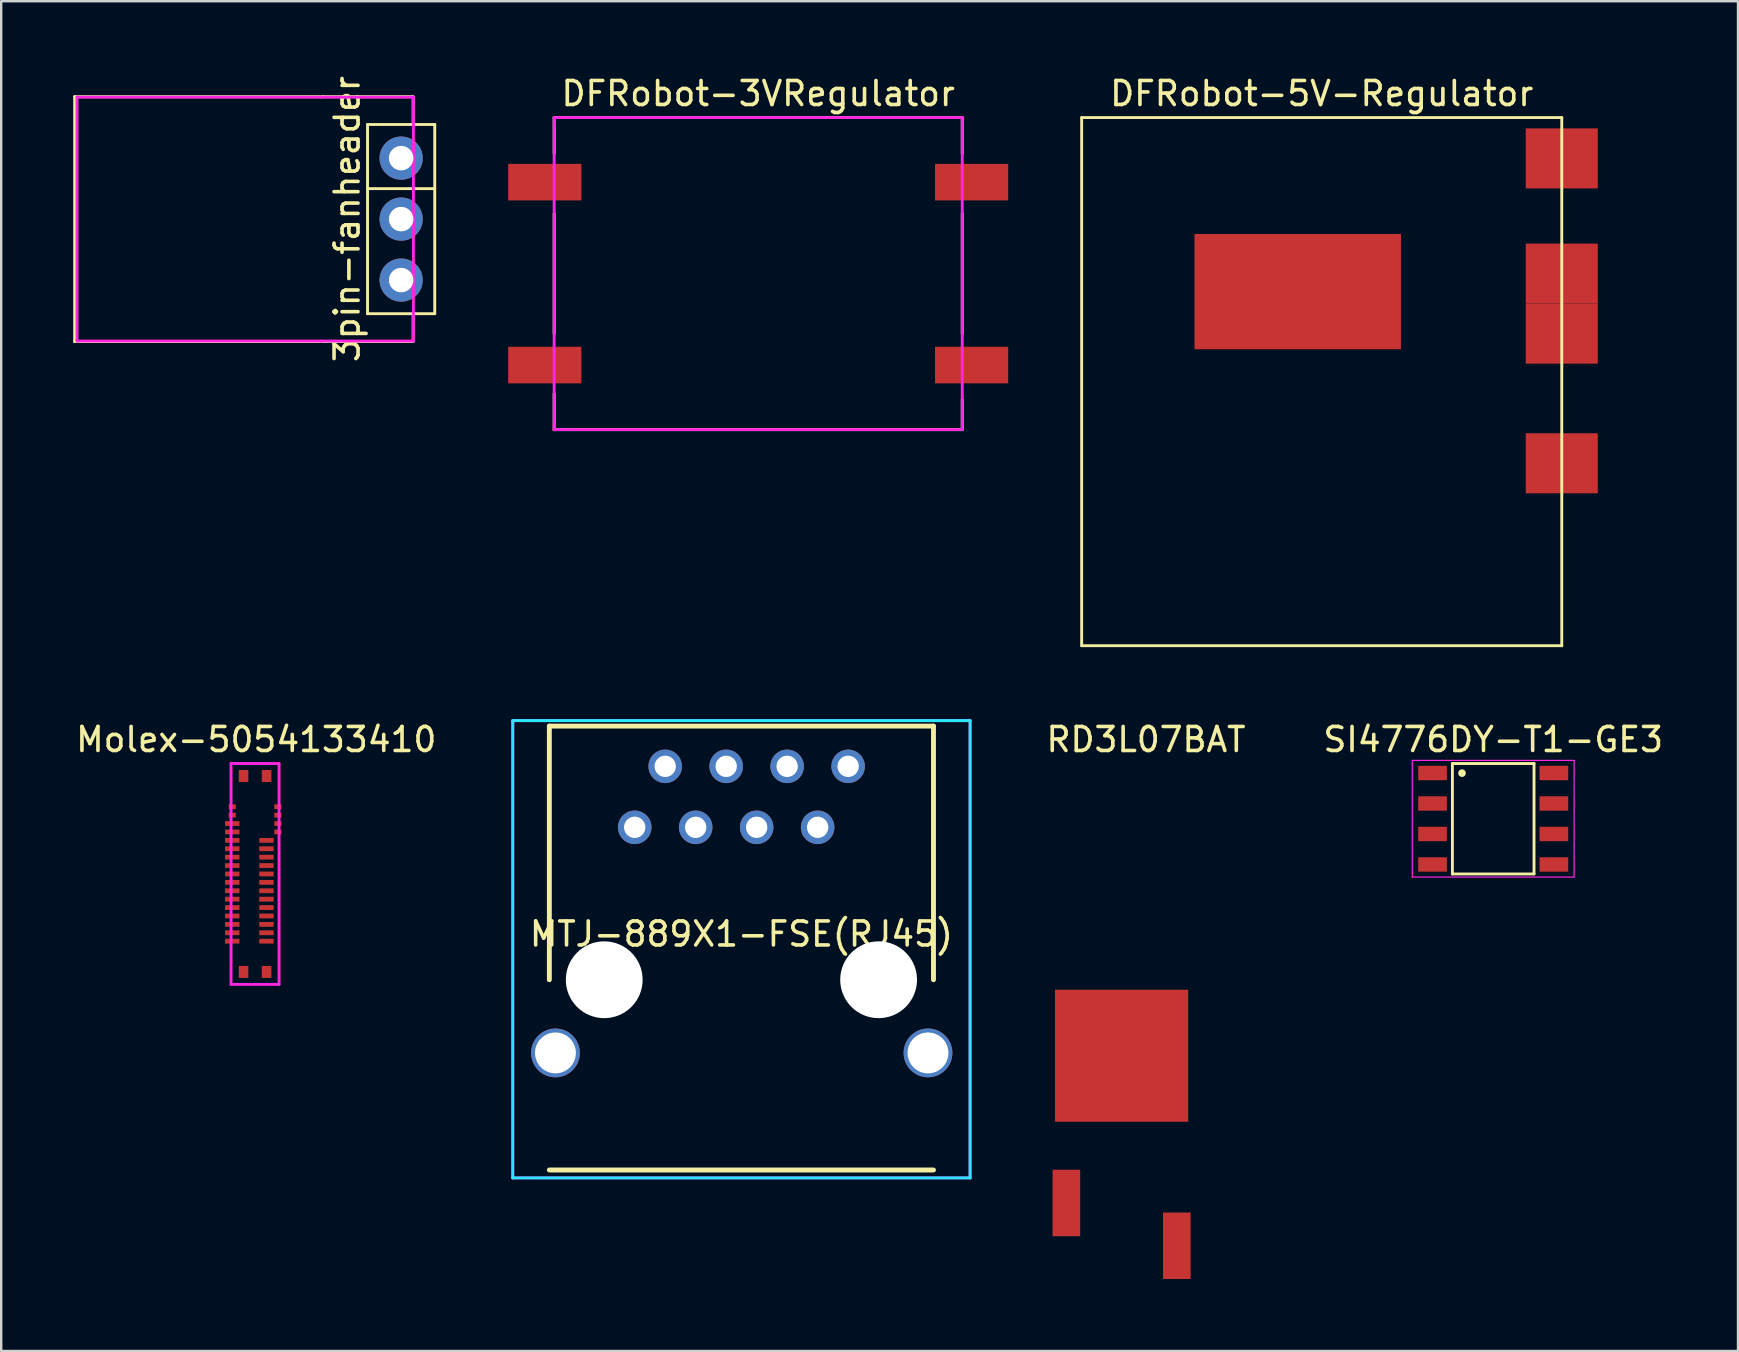
<source format=kicad_pcb>
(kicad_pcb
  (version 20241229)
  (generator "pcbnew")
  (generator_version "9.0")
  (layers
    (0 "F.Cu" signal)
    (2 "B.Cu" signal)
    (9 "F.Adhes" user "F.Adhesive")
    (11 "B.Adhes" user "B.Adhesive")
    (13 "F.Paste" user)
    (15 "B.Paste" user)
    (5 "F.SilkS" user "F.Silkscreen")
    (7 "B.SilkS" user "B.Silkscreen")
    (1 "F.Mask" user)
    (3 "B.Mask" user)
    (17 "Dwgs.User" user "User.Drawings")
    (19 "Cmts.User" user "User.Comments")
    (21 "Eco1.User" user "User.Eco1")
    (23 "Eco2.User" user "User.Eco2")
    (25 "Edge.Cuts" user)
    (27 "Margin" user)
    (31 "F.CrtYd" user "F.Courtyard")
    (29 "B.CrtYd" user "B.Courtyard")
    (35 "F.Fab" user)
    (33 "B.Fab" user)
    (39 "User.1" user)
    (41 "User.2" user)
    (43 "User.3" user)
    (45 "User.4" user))
  (footprint "DFRobot-5V-Regulator"
    (layer "F.Cu")
    (at 52.008 12.848)
    (property "Reference" "DFRobot-5V-Regulator" (at 0 -12 0) (layer "F.SilkS") (effects (font (size 1 1) (thickness 0.15))))
    (attr through_hole)
    (fp_line (start -10 -11) (end 10 -11) (stroke (width 0.12) (type solid)) (layer "F.SilkS"))
    (fp_line (start -10 11) (end -10 -11) (stroke (width 0.12) (type solid)) (layer "F.SilkS"))
    (fp_line (start 10 -11) (end 10 11) (stroke (width 0.12) (type solid)) (layer "F.SilkS"))
    (fp_line (start 10 11) (end -10 11) (stroke (width 0.12) (type solid)) (layer "F.SilkS"))
    (pad "1" smd rect (at 10 -9.3) (size 3 2.5) (layers "F.Cu" "F.Mask" "F.Paste"))
    (pad "2" smd rect (at 10 -4.5) (size 3 2.5) (layers "F.Cu" "F.Mask" "F.Paste"))
    (pad "2" smd rect (at 10 -2) (size 3 2.5) (layers "F.Cu" "F.Mask" "F.Paste"))
    (pad "3" smd rect (at 10 3.4) (size 3 2.5) (layers "F.Cu" "F.Mask" "F.Paste"))
    (pad "4" smd rect (at -1 -3.75) (size 8.6 4.8) (layers "F.Cu" "F.Mask" "F.Paste")))
  (footprint "RD3L07BAT"
    (layer "F.Cu")
    (at 43.672 45.029)
    (property "Reference" "RD3L07BAT" (at 1.016 -17.272 0) (layer "F.SilkS") (effects (font (size 1 1) (thickness 0.15))))
    (attr through_hole)
    (pad "1" smd rect (at 0 -4.1) (size 5.55 5.5) (layers "F.Cu" "F.Mask" "F.Paste"))
    (pad "2" smd rect (at -2.3 2.032) (size 1.15 2.77) (layers "F.Cu" "F.Mask" "F.Paste"))
    (pad "3" smd rect (at 2.3 3.815) (size 1.15 2.77) (layers "F.Cu" "F.Mask" "F.Paste")))
  (footprint "SI4776DY-T1-GE3"
    (layer "F.Cu")
    (at 59.152 31.056)
    (property "Reference" "SI4776DY-T1-GE3" (at 0 -3.3 0) (layer "F.SilkS") (effects (font (size 1 1) (thickness 0.15))))
    (attr smd)
    (fp_line (start -1.7 -2.3) (end 1.7 -2.3) (stroke (width 0.12) (type solid)) (layer "F.SilkS"))
    (fp_line (start -1.7 2.3) (end -1.7 -2.3) (stroke (width 0.12) (type solid)) (layer "F.SilkS"))
    (fp_line (start 1.7 -2.3) (end 1.7 2.3) (stroke (width 0.12) (type solid)) (layer "F.SilkS"))
    (fp_line (start 1.7 2.3) (end -1.7 2.3) (stroke (width 0.12) (type solid)) (layer "F.SilkS"))
    (fp_circle (center -1.3 -1.9) (end -1.22 -1.9) (stroke (width 0.16) (type solid)) (fill no) (layer "F.SilkS"))
    (fp_line (start -3.37 -2.43) (end 3.37 -2.43) (stroke (width 0.05) (type solid)) (layer "F.CrtYd"))
    (fp_line (start -3.37 2.43) (end -3.37 -2.43) (stroke (width 0.05) (type solid)) (layer "F.CrtYd"))
    (fp_line (start 3.37 -2.43) (end 3.37 2.43) (stroke (width 0.05) (type solid)) (layer "F.CrtYd"))
    (fp_line (start 3.37 2.43) (end -3.37 2.43) (stroke (width 0.05) (type solid)) (layer "F.CrtYd"))
    (pad "1" smd rect (at -2.527 -1.905 270) (size 0.6 1.194) (layers "F.Cu" "F.Mask" "F.Paste"))
    (pad "2" smd rect (at -2.527 -0.635 270) (size 0.6 1.194) (layers "F.Cu" "F.Mask" "F.Paste"))
    (pad "3" smd rect (at -2.527 0.635 270) (size 0.6 1.194) (layers "F.Cu" "F.Mask" "F.Paste"))
    (pad "4" smd rect (at -2.527 1.905 270) (size 0.6 1.194) (layers "F.Cu" "F.Mask" "F.Paste"))
    (pad "5" smd rect (at 2.527 1.905 270) (size 0.6 1.194) (layers "F.Cu" "F.Mask" "F.Paste"))
    (pad "6" smd rect (at 2.527 0.635 270) (size 0.6 1.194) (layers "F.Cu" "F.Mask" "F.Paste"))
    (pad "7" smd rect (at 2.527 -0.635 270) (size 0.6 1.194) (layers "F.Cu" "F.Mask" "F.Paste"))
    (pad "8" smd rect (at 2.527 -1.905 270) (size 0.6 1.194) (layers "F.Cu" "F.Mask" "F.Paste")))
  (footprint "3pin-fanheader"
    (layer "F.Cu")
    (at 13.66 6.077)
    (property "Reference" "3pin-fanheader" (at -2.25 0 270) (layer "F.SilkS") (effects (font (size 1 1) (thickness 0.15))))
    (attr through_hole)
    (fp_line (start -13.6 -5.1) (end -13.6 5.1) (stroke (width 0.12) (type solid)) (layer "F.SilkS"))
    (fp_line (start -13.6 5.1) (end -3.25 5.1) (stroke (width 0.12) (type solid)) (layer "F.SilkS"))
    (fp_line (start -3.25 -5.1) (end -13.6 -5.1) (stroke (width 0.12) (type solid)) (layer "F.SilkS"))
    (fp_line (start -3.25 5.1) (end 0.5 5.1) (stroke (width 0.12) (type solid)) (layer "F.SilkS"))
    (fp_line (start -1.4 -3.94) (end 1.4 -3.94) (stroke (width 0.12) (type solid)) (layer "F.SilkS"))
    (fp_line (start -1.4 3.94) (end -1.4 -3.94) (stroke (width 0.12) (type solid)) (layer "F.SilkS"))
    (fp_line (start 0.5 -5.1) (end -3.25 -5.1) (stroke (width 0.12) (type solid)) (layer "F.SilkS"))
    (fp_line (start 0.5 -4) (end 0.5 -5.1) (stroke (width 0.12) (type solid)) (layer "F.SilkS"))
    (fp_line (start 0.5 5.1) (end 0.5 4) (stroke (width 0.12) (type solid)) (layer "F.SilkS"))
    (fp_line (start 1.4 -3.94) (end 1.4 3.94) (stroke (width 0.12) (type solid)) (layer "F.SilkS"))
    (fp_line (start 1.4 -1.27) (end -1.4 -1.27) (stroke (width 0.12) (type solid)) (layer "F.SilkS"))
    (fp_line (start 1.4 3.94) (end -1.4 3.94) (stroke (width 0.12) (type solid)) (layer "F.SilkS"))
    (fp_line (start -13.5 -5.08) (end -13.5 5.08) (stroke (width 0.12) (type solid)) (layer "F.CrtYd"))
    (fp_line (start -13.5 -5.08) (end -3.35 -5.08) (stroke (width 0.12) (type solid)) (layer "F.CrtYd"))
    (fp_line (start -13.5 5.08) (end -3.35 5.08) (stroke (width 0.12) (type solid)) (layer "F.CrtYd"))
    (fp_line (start 0.51 -5.08) (end -3.35 -5.08) (stroke (width 0.12) (type solid)) (layer "F.CrtYd"))
    (fp_line (start 0.51 -5.08) (end 0.51 5.08) (stroke (width 0.12) (type solid)) (layer "F.CrtYd"))
    (fp_line (start 0.51 5.08) (end -3.35 5.08) (stroke (width 0.12) (type solid)) (layer "F.CrtYd"))
    (pad "1" thru_hole circle (at 0 -2.54 270) (size 1.8 1.8) (drill 1.02) (layers "*.Cu" "*.Mask"))
    (pad "2" thru_hole circle (at 0 0 270) (size 1.8 1.8) (drill 1.02) (layers "*.Cu" "*.Mask"))
    (pad "3" thru_hole circle (at 0 2.54 270) (size 1.8 1.8) (drill 1.02) (layers "*.Cu" "*.Mask")))
  (footprint "Molex-5054133410"
    (layer "F.Cu")
    (at 7.575 33.356)
    (property "Reference" "Molex-5054133410" (at 0.05 -5.6 180) (layer "F.SilkS") (effects (font (size 1 1) (thickness 0.15))))
    (attr smd)
    (fp_line (start -1 -4.6) (end -1 4.6) (stroke (width 0.12) (type solid)) (layer "F.CrtYd"))
    (fp_line (start -1 4.6) (end 1 4.6) (stroke (width 0.12) (type solid)) (layer "F.CrtYd"))
    (fp_line (start 1 -4.6) (end -1 -4.6) (stroke (width 0.12) (type solid)) (layer "F.CrtYd"))
    (fp_line (start 1 4.6) (end 1 -4.6) (stroke (width 0.12) (type solid)) (layer "F.CrtYd"))
    (pad "1" smd rect (at -0.95 -2.8 270) (size 0.2 0.3) (layers "F.Cu" "F.Mask" "F.Paste"))
    (pad "2" smd rect (at -0.95 -2.45 270) (size 0.2 0.3) (layers "F.Cu" "F.Mask" "F.Paste"))
    (pad "3" smd rect (at -0.95 -2.1 270) (size 0.2 0.6) (layers "F.Cu" "F.Mask" "F.Paste"))
    (pad "4" smd rect (at -0.95 -1.75 270) (size 0.2 0.6) (layers "F.Cu" "F.Mask" "F.Paste"))
    (pad "5" smd rect (at -0.95 -1.4 270) (size 0.2 0.6) (layers "F.Cu" "F.Mask" "F.Paste"))
    (pad "6" smd rect (at -0.95 -1.05 270) (size 0.2 0.6) (layers "F.Cu" "F.Mask" "F.Paste"))
    (pad "7" smd rect (at -0.95 -0.7 270) (size 0.2 0.6) (layers "F.Cu" "F.Mask" "F.Paste"))
    (pad "8" smd rect (at -0.95 -0.35 270) (size 0.2 0.6) (layers "F.Cu" "F.Mask" "F.Paste"))
    (pad "9" smd rect (at -0.95 0 270) (size 0.2 0.6) (layers "F.Cu" "F.Mask" "F.Paste"))
    (pad "10" smd rect (at -0.95 0.35 270) (size 0.2 0.6) (layers "F.Cu" "F.Mask" "F.Paste"))
    (pad "11" smd rect (at -0.95 0.7 270) (size 0.2 0.6) (layers "F.Cu" "F.Mask" "F.Paste"))
    (pad "12" smd rect (at -0.95 1.05 270) (size 0.2 0.6) (layers "F.Cu" "F.Mask" "F.Paste"))
    (pad "13" smd rect (at -0.95 1.4 270) (size 0.2 0.6) (layers "F.Cu" "F.Mask" "F.Paste"))
    (pad "14" smd rect (at -0.95 1.75 270) (size 0.2 0.6) (layers "F.Cu" "F.Mask" "F.Paste"))
    (pad "15" smd rect (at -0.95 2.1 270) (size 0.2 0.6) (layers "F.Cu" "F.Mask" "F.Paste"))
    (pad "16" smd rect (at -0.95 2.45 270) (size 0.2 0.6) (layers "F.Cu" "F.Mask" "F.Paste"))
    (pad "17" smd rect (at -0.95 2.8 270) (size 0.2 0.6) (layers "F.Cu" "F.Mask" "F.Paste"))
    (pad "18" smd rect (at 0.475 2.8 270) (size 0.2 0.6) (layers "F.Cu" "F.Mask" "F.Paste"))
    (pad "19" smd rect (at 0.475 2.45 270) (size 0.2 0.6) (layers "F.Cu" "F.Mask" "F.Paste"))
    (pad "20" smd rect (at 0.475 2.1 270) (size 0.2 0.6) (layers "F.Cu" "F.Mask" "F.Paste"))
    (pad "21" smd rect (at 0.475 1.75 270) (size 0.2 0.6) (layers "F.Cu" "F.Mask" "F.Paste"))
    (pad "22" smd rect (at 0.475 1.4 270) (size 0.2 0.6) (layers "F.Cu" "F.Mask" "F.Paste"))
    (pad "23" smd rect (at 0.475 1.05 270) (size 0.2 0.6) (layers "F.Cu" "F.Mask" "F.Paste"))
    (pad "24" smd rect (at 0.475 0.7 270) (size 0.2 0.6) (layers "F.Cu" "F.Mask" "F.Paste"))
    (pad "25" smd rect (at 0.475 0.35 270) (size 0.2 0.6) (layers "F.Cu" "F.Mask" "F.Paste"))
    (pad "26" smd rect (at 0.475 0 270) (size 0.2 0.6) (layers "F.Cu" "F.Mask" "F.Paste"))
    (pad "27" smd rect (at 0.475 -0.35 270) (size 0.2 0.6) (layers "F.Cu" "F.Mask" "F.Paste"))
    (pad "28" smd rect (at 0.475 -0.7 270) (size 0.2 0.6) (layers "F.Cu" "F.Mask" "F.Paste"))
    (pad "29" smd rect (at 0.475 -1.05 270) (size 0.2 0.6) (layers "F.Cu" "F.Mask" "F.Paste"))
    (pad "30" smd rect (at 0.475 -1.4 270) (size 0.2 0.6) (layers "F.Cu" "F.Mask" "F.Paste"))
    (pad "31" smd rect (at 0.95 -1.75 270) (size 0.2 0.3) (layers "F.Cu" "F.Mask" "F.Paste"))
    (pad "32" smd rect (at 0.95 -2.1 270) (size 0.2 0.3) (layers "F.Cu" "F.Mask" "F.Paste"))
    (pad "33" smd rect (at 0.95 -2.45 270) (size 0.2 0.3) (layers "F.Cu" "F.Mask" "F.Paste"))
    (pad "34" smd rect (at 0.95 -2.8 270) (size 0.2 0.3) (layers "F.Cu" "F.Mask" "F.Paste"))
    (pad "35" smd rect (at -0.48 -4.08) (size 0.4 0.5) (layers "F.Cu" "F.Mask" "F.Paste"))
    (pad "35" smd rect (at 0.48 -4.08) (size 0.4 0.5) (layers "F.Cu" "F.Mask" "F.Paste"))
    (pad "36" smd rect (at -0.48 4.08) (size 0.4 0.5) (layers "F.Cu" "F.Mask" "F.Paste"))
    (pad "36" smd rect (at 0.48 4.08) (size 0.4 0.5) (layers "F.Cu" "F.Mask" "F.Paste")))
  (footprint "MTJ-889X1-FSE(RJ45)"
    (layer "F.Cu")
    (at 27.835 37.763)
    (property "Reference" "MTJ-889X1-FSE(RJ45)" (at 0 -1.905 0) (layer "F.SilkS") (effects (font (size 1 1) (thickness 0.15))))
    (attr through_hole)
    (fp_line (start -8.001 -10.566) (end -8.001 0) (stroke (width 0.203) (type solid)) (layer "F.SilkS"))
    (fp_line (start -8.001 -10.566) (end 8.001 -10.566) (stroke (width 0.203) (type solid)) (layer "F.SilkS"))
    (fp_line (start -8.001 7.925) (end 8.001 7.925) (stroke (width 0.203) (type solid)) (layer "F.SilkS"))
    (fp_line (start 8.001 -10.566) (end 8.001 0) (stroke (width 0.203) (type solid)) (layer "F.SilkS"))
    (fp_line (start -9.525 -10.795) (end -9.525 8.255) (stroke (width 0.12) (type solid)) (layer "B.CrtYd"))
    (fp_line (start -9.525 8.255) (end 9.525 8.255) (stroke (width 0.12) (type solid)) (layer "B.CrtYd"))
    (fp_line (start 9.525 -10.795) (end -9.525 -10.795) (stroke (width 0.12) (type solid)) (layer "B.CrtYd"))
    (fp_line (start 9.525 8.255) (end 9.525 -10.795) (stroke (width 0.12) (type solid)) (layer "B.CrtYd"))
    (fp_line (start -9.525 -10.795) (end 9.525 -10.795) (stroke (width 0.12) (type solid)) (layer "F.CrtYd"))
    (fp_line (start -9.525 8.255) (end -9.525 -10.795) (stroke (width 0.12) (type solid)) (layer "F.CrtYd"))
    (fp_line (start 9.525 -10.795) (end 9.525 8.255) (stroke (width 0.12) (type solid)) (layer "F.CrtYd"))
    (fp_line (start 9.525 8.255) (end -9.525 8.255) (stroke (width 0.12) (type solid)) (layer "F.CrtYd"))
    (pad "" np_thru_hole circle (at -5.715 0) (size 3.2 3.2) (drill 3.2) (layers "*.Cu" "*.Mask"))
    (pad "" np_thru_hole circle (at 5.715 0) (size 3.2 3.2) (drill 3.2) (layers "*.Cu" "*.Mask"))
    (pad "1" thru_hole circle (at -4.445 -6.35) (size 1.397 1.397) (drill 0.889) (layers "*.Cu" "*.Mask"))
    (pad "2" thru_hole circle (at -3.175 -8.89) (size 1.397 1.397) (drill 0.889) (layers "*.Cu" "*.Mask"))
    (pad "3" thru_hole circle (at -1.905 -6.35) (size 1.397 1.397) (drill 0.889) (layers "*.Cu" "*.Mask"))
    (pad "4" thru_hole circle (at -0.635 -8.89) (size 1.397 1.397) (drill 0.889) (layers "*.Cu" "*.Mask"))
    (pad "5" thru_hole circle (at 0.635 -6.35) (size 1.397 1.397) (drill 0.889) (layers "*.Cu" "*.Mask"))
    (pad "6" thru_hole circle (at 1.905 -8.89) (size 1.397 1.397) (drill 0.889) (layers "*.Cu" "*.Mask"))
    (pad "7" thru_hole circle (at 3.175 -6.35) (size 1.397 1.397) (drill 0.889) (layers "*.Cu" "*.Mask"))
    (pad "8" thru_hole circle (at 4.445 -8.89) (size 1.397 1.397) (drill 0.889) (layers "*.Cu" "*.Mask"))
    (pad "SH" thru_hole circle (at -7.747 3.048) (size 2.032 2.032) (drill 1.702) (layers "*.Cu" "*.Mask"))
    (pad "SH" thru_hole circle (at 7.772 3.048) (size 2.032 2.032) (drill 1.702) (layers "*.Cu" "*.Mask")))
  (footprint "DFRobot-3VRegulator"
    (layer "F.Cu")
    (at 28.534 8.348)
    (property "Reference" "DFRobot-3VRegulator" (at 0 -7.5 0) (layer "F.SilkS") (effects (font (size 1 1) (thickness 0.15))))
    (attr through_hole)
    (fp_line (start -8.5 -6.5) (end 8.5 -6.5) (stroke (width 0.12) (type solid)) (layer "F.SilkS"))
    (fp_line (start -8.5 -5) (end -8.5 -6.5) (stroke (width 0.12) (type solid)) (layer "F.SilkS"))
    (fp_line (start -8.5 2.5) (end -8.5 -2.5) (stroke (width 0.12) (type solid)) (layer "F.SilkS"))
    (fp_line (start -8.5 6.5) (end -8.5 5) (stroke (width 0.12) (type solid)) (layer "F.SilkS"))
    (fp_line (start 8.5 -6.5) (end 8.5 -5) (stroke (width 0.12) (type solid)) (layer "F.SilkS"))
    (fp_line (start 8.5 -2.5) (end 8.5 2.5) (stroke (width 0.12) (type solid)) (layer "F.SilkS"))
    (fp_line (start 8.5 5.25) (end 8.5 6.5) (stroke (width 0.12) (type solid)) (layer "F.SilkS"))
    (fp_line (start 8.5 6.5) (end -8.5 6.5) (stroke (width 0.12) (type solid)) (layer "F.SilkS"))
    (fp_line (start -8.5 -6.5) (end 8.5 -6.5) (stroke (width 0.12) (type solid)) (layer "F.CrtYd"))
    (fp_line (start -8.5 -6.25) (end -8.5 -6.5) (stroke (width 0.12) (type solid)) (layer "F.CrtYd"))
    (fp_line (start -8.5 6.5) (end -8.5 -6.25) (stroke (width 0.12) (type solid)) (layer "F.CrtYd"))
    (fp_line (start -8.25 6.5) (end -8.5 6.5) (stroke (width 0.12) (type solid)) (layer "F.CrtYd"))
    (fp_line (start 8.5 -6.5) (end 8.5 6.5) (stroke (width 0.12) (type solid)) (layer "F.CrtYd"))
    (fp_line (start 8.5 6.5) (end -8.25 6.5) (stroke (width 0.12) (type solid)) (layer "F.CrtYd"))
    (pad "1" smd rect (at -8.89 -3.81) (size 3.048 1.524) (layers "F.Cu" "F.Mask" "F.Paste"))
    (pad "2" smd rect (at -8.89 3.81) (size 3.048 1.524) (layers "F.Cu" "F.Mask" "F.Paste"))
    (pad "3" smd rect (at 8.89 3.81) (size 3.048 1.524) (layers "F.Cu" "F.Mask" "F.Paste"))
    (pad "4" smd rect (at 8.89 -3.81) (size 3.048 1.524) (layers "F.Cu" "F.Mask" "F.Paste")))
  (gr_rect
    (start -3 -3)
    (end 69.349 53.228)
    (stroke (width 0.1) (type default))
    (fill no)
    (layer "Edge.Cuts")))
</source>
